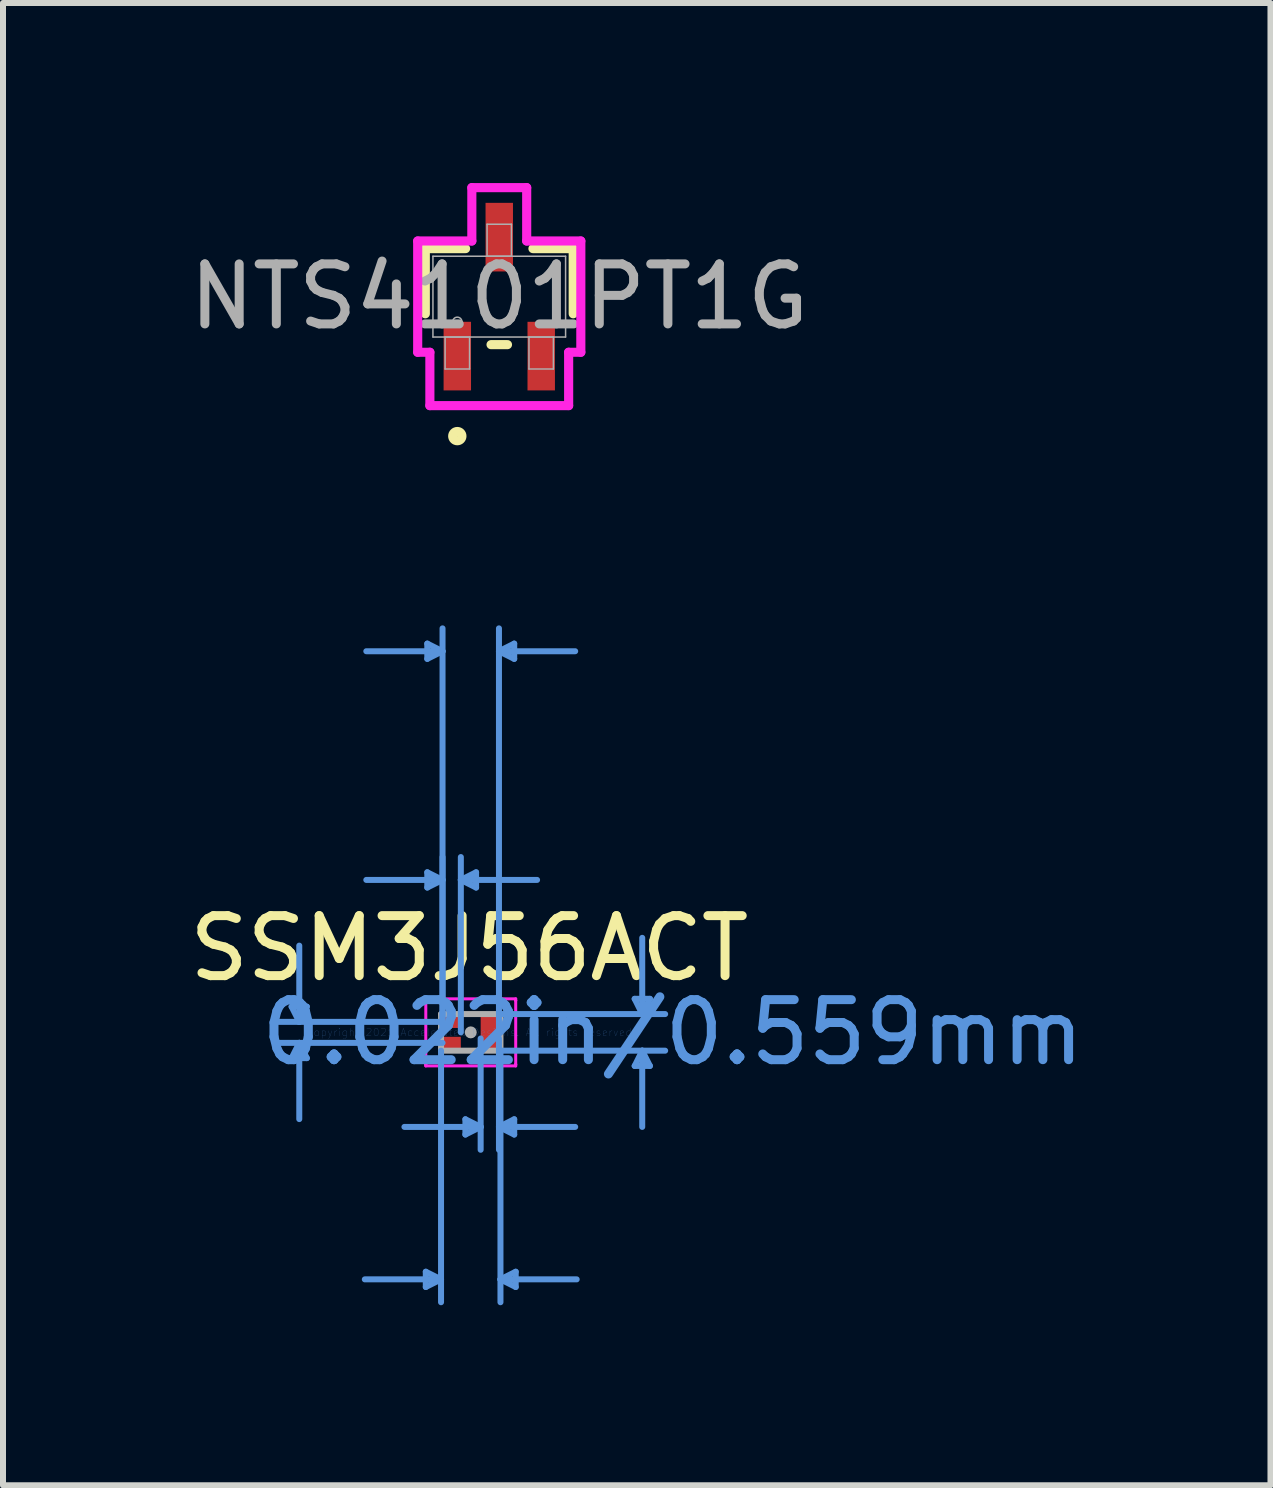
<source format=kicad_pcb>
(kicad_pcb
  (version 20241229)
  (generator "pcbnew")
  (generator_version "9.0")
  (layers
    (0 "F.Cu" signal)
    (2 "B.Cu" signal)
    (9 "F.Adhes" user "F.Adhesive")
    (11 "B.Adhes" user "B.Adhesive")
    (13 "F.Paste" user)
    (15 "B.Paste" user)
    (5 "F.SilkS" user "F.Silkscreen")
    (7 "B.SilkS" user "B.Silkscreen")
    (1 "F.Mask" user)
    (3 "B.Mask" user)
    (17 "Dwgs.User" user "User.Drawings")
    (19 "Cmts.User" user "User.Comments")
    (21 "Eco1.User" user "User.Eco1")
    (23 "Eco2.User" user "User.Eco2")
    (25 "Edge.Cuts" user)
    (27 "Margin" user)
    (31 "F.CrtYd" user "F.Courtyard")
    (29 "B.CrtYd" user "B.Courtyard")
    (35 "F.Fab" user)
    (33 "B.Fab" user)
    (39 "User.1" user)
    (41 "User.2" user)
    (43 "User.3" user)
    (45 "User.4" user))
  (footprint "SSM3J56ACT"
    (layer "F.Cu")
    (at 4.793 14.15)
    (property "Reference" "SSM3J56ACT" (at -0.025 -1.4 0) (layer "F.SilkS") (effects (font (size 1 1) (thickness 0.15))))
    (attr through_hole)
    (fp_line (start -2.985 -0.429) (end -2.731 -0.429) (stroke (width 0.1) (type solid)) (layer "Cmts.User"))
    (fp_line (start -2.985 0.429) (end -2.731 0.429) (stroke (width 0.1) (type solid)) (layer "Cmts.User"))
    (fp_line (start -2.857 -0.175) (end -2.985 -0.429) (stroke (width 0.1) (type solid)) (layer "Cmts.User"))
    (fp_line (start -2.857 -0.175) (end -2.857 -1.445) (stroke (width 0.1) (type solid)) (layer "Cmts.User"))
    (fp_line (start -2.857 -0.175) (end -2.731 -0.429) (stroke (width 0.1) (type solid)) (layer "Cmts.User"))
    (fp_line (start -2.857 0.175) (end -2.985 0.429) (stroke (width 0.1) (type solid)) (layer "Cmts.User"))
    (fp_line (start -2.857 0.175) (end -2.857 1.445) (stroke (width 0.1) (type solid)) (layer "Cmts.User"))
    (fp_line (start -2.857 0.175) (end -2.731 0.429) (stroke (width 0.1) (type solid)) (layer "Cmts.User"))
    (fp_line (start -0.749 3.988) (end -0.749 4.242) (stroke (width 0.1) (type solid)) (layer "Cmts.User"))
    (fp_line (start -0.724 -6.477) (end -0.724 -6.223) (stroke (width 0.1) (type solid)) (layer "Cmts.User"))
    (fp_line (start -0.724 -2.667) (end -0.724 -2.413) (stroke (width 0.1) (type solid)) (layer "Cmts.User"))
    (fp_line (start -0.495 0.305) (end -0.495 4.496) (stroke (width 0.1) (type solid)) (layer "Cmts.User"))
    (fp_line (start -0.495 4.115) (end -1.765 4.115) (stroke (width 0.1) (type solid)) (layer "Cmts.User"))
    (fp_line (start -0.495 4.115) (end -0.749 3.988) (stroke (width 0.1) (type solid)) (layer "Cmts.User"))
    (fp_line (start -0.495 4.115) (end -0.749 4.242) (stroke (width 0.1) (type solid)) (layer "Cmts.User"))
    (fp_line (start -0.47 -6.35) (end -1.74 -6.35) (stroke (width 0.1) (type solid)) (layer "Cmts.User"))
    (fp_line (start -0.47 -6.35) (end -0.724 -6.477) (stroke (width 0.1) (type solid)) (layer "Cmts.User"))
    (fp_line (start -0.47 -6.35) (end -0.724 -6.223) (stroke (width 0.1) (type solid)) (layer "Cmts.User"))
    (fp_line (start -0.47 -2.54) (end -1.74 -2.54) (stroke (width 0.1) (type solid)) (layer "Cmts.User"))
    (fp_line (start -0.47 -2.54) (end -0.724 -2.667) (stroke (width 0.1) (type solid)) (layer "Cmts.User"))
    (fp_line (start -0.47 -2.54) (end -0.724 -2.413) (stroke (width 0.1) (type solid)) (layer "Cmts.User"))
    (fp_line (start -0.47 -0.175) (end -3.239 -0.175) (stroke (width 0.1) (type solid)) (layer "Cmts.User"))
    (fp_line (start -0.47 0) (end -0.47 -6.731) (stroke (width 0.1) (type solid)) (layer "Cmts.User"))
    (fp_line (start -0.47 0) (end -0.47 -2.921) (stroke (width 0.1) (type solid)) (layer "Cmts.User"))
    (fp_line (start -0.47 0.175) (end -3.239 0.175) (stroke (width 0.1) (type solid)) (layer "Cmts.User"))
    (fp_line (start -0.165 -2.54) (end 0.089 -2.667) (stroke (width 0.1) (type solid)) (layer "Cmts.User"))
    (fp_line (start -0.165 -2.54) (end 0.089 -2.413) (stroke (width 0.1) (type solid)) (layer "Cmts.User"))
    (fp_line (start -0.165 -2.54) (end 1.105 -2.54) (stroke (width 0.1) (type solid)) (layer "Cmts.User"))
    (fp_line (start -0.165 0) (end -0.165 -2.921) (stroke (width 0.1) (type solid)) (layer "Cmts.User"))
    (fp_line (start -0.089 1.448) (end -0.089 1.702) (stroke (width 0.1) (type solid)) (layer "Cmts.User"))
    (fp_line (start 0.089 -2.667) (end 0.089 -2.413) (stroke (width 0.1) (type solid)) (layer "Cmts.User"))
    (fp_line (start 0.165 0.102) (end 0.165 1.956) (stroke (width 0.1) (type solid)) (layer "Cmts.User"))
    (fp_line (start 0.165 1.575) (end -1.105 1.575) (stroke (width 0.1) (type solid)) (layer "Cmts.User"))
    (fp_line (start 0.165 1.575) (end -0.089 1.448) (stroke (width 0.1) (type solid)) (layer "Cmts.User"))
    (fp_line (start 0.165 1.575) (end -0.089 1.702) (stroke (width 0.1) (type solid)) (layer "Cmts.User"))
    (fp_line (start 0.47 -6.35) (end 0.724 -6.477) (stroke (width 0.1) (type solid)) (layer "Cmts.User"))
    (fp_line (start 0.47 -6.35) (end 0.724 -6.223) (stroke (width 0.1) (type solid)) (layer "Cmts.User"))
    (fp_line (start 0.47 -6.35) (end 1.74 -6.35) (stroke (width 0.1) (type solid)) (layer "Cmts.User"))
    (fp_line (start 0.47 0) (end 0.47 -6.731) (stroke (width 0.1) (type solid)) (layer "Cmts.User"))
    (fp_line (start 0.47 0.102) (end 0.47 1.956) (stroke (width 0.1) (type solid)) (layer "Cmts.User"))
    (fp_line (start 0.47 1.575) (end 0.724 1.448) (stroke (width 0.1) (type solid)) (layer "Cmts.User"))
    (fp_line (start 0.47 1.575) (end 0.724 1.702) (stroke (width 0.1) (type solid)) (layer "Cmts.User"))
    (fp_line (start 0.47 1.575) (end 1.74 1.575) (stroke (width 0.1) (type solid)) (layer "Cmts.User"))
    (fp_line (start 0.495 -0.305) (end 3.239 -0.305) (stroke (width 0.1) (type solid)) (layer "Cmts.User"))
    (fp_line (start 0.495 0.305) (end 0.495 4.496) (stroke (width 0.1) (type solid)) (layer "Cmts.User"))
    (fp_line (start 0.495 0.305) (end 3.239 0.305) (stroke (width 0.1) (type solid)) (layer "Cmts.User"))
    (fp_line (start 0.495 4.115) (end 0.749 3.988) (stroke (width 0.1) (type solid)) (layer "Cmts.User"))
    (fp_line (start 0.495 4.115) (end 0.749 4.242) (stroke (width 0.1) (type solid)) (layer "Cmts.User"))
    (fp_line (start 0.495 4.115) (end 1.765 4.115) (stroke (width 0.1) (type solid)) (layer "Cmts.User"))
    (fp_line (start 0.724 -6.477) (end 0.724 -6.223) (stroke (width 0.1) (type solid)) (layer "Cmts.User"))
    (fp_line (start 0.724 1.448) (end 0.724 1.702) (stroke (width 0.1) (type solid)) (layer "Cmts.User"))
    (fp_line (start 0.749 3.988) (end 0.749 4.242) (stroke (width 0.1) (type solid)) (layer "Cmts.User"))
    (fp_line (start 2.731 -0.559) (end 2.985 -0.559) (stroke (width 0.1) (type solid)) (layer "Cmts.User"))
    (fp_line (start 2.731 0.559) (end 2.985 0.559) (stroke (width 0.1) (type solid)) (layer "Cmts.User"))
    (fp_line (start 2.857 -0.305) (end 2.731 -0.559) (stroke (width 0.1) (type solid)) (layer "Cmts.User"))
    (fp_line (start 2.857 -0.305) (end 2.857 -1.575) (stroke (width 0.1) (type solid)) (layer "Cmts.User"))
    (fp_line (start 2.857 -0.305) (end 2.985 -0.559) (stroke (width 0.1) (type solid)) (layer "Cmts.User"))
    (fp_line (start 2.857 0.305) (end 2.731 0.559) (stroke (width 0.1) (type solid)) (layer "Cmts.User"))
    (fp_line (start 2.857 0.305) (end 2.857 1.575) (stroke (width 0.1) (type solid)) (layer "Cmts.User"))
    (fp_line (start 2.857 0.305) (end 2.985 0.559) (stroke (width 0.1) (type solid)) (layer "Cmts.User"))
    (fp_line (start -0.749 -0.559) (end 0.749 -0.559) (stroke (width 0.05) (type solid)) (layer "F.CrtYd"))
    (fp_line (start -0.749 -0.533) (end -0.749 -0.559) (stroke (width 0.05) (type solid)) (layer "F.CrtYd"))
    (fp_line (start -0.749 -0.533) (end -0.749 -0.533) (stroke (width 0.05) (type solid)) (layer "F.CrtYd"))
    (fp_line (start -0.749 -0.533) (end -0.749 -0.533) (stroke (width 0.05) (type solid)) (layer "F.CrtYd"))
    (fp_line (start -0.749 0.533) (end -0.749 -0.533) (stroke (width 0.05) (type solid)) (layer "F.CrtYd"))
    (fp_line (start -0.749 0.533) (end -0.749 0.533) (stroke (width 0.05) (type solid)) (layer "F.CrtYd"))
    (fp_line (start -0.749 0.559) (end -0.749 0.533) (stroke (width 0.05) (type solid)) (layer "F.CrtYd"))
    (fp_line (start 0.749 -0.559) (end 0.749 -0.533) (stroke (width 0.05) (type solid)) (layer "F.CrtYd"))
    (fp_line (start 0.749 -0.533) (end 0.749 -0.533) (stroke (width 0.05) (type solid)) (layer "F.CrtYd"))
    (fp_line (start 0.749 -0.533) (end 0.749 0.533) (stroke (width 0.05) (type solid)) (layer "F.CrtYd"))
    (fp_line (start 0.749 0.533) (end 0.749 0.533) (stroke (width 0.05) (type solid)) (layer "F.CrtYd"))
    (fp_line (start 0.749 0.533) (end 0.749 0.559) (stroke (width 0.05) (type solid)) (layer "F.CrtYd"))
    (fp_line (start 0.749 0.559) (end -0.749 0.559) (stroke (width 0.05) (type solid)) (layer "F.CrtYd"))
    (fp_line (start -0.495 -0.305) (end -0.495 0.305) (stroke (width 0.1) (type solid)) (layer "F.Fab"))
    (fp_line (start -0.495 0.305) (end 0.495 0.305) (stroke (width 0.1) (type solid)) (layer "F.Fab"))
    (fp_line (start 0.495 -0.305) (end -0.495 -0.305) (stroke (width 0.1) (type solid)) (layer "F.Fab"))
    (fp_line (start 0.495 0.305) (end 0.495 -0.305) (stroke (width 0.1) (type solid)) (layer "F.Fab"))
    (fp_circle (center 0 0) (end 0 0) (stroke (width 0.1) (type solid)) (fill no) (layer "F.Fab"))
    (fp_text user "Copyright 2021 Accelerated Designs. All rights reserved." (at 0 0 0) (layer "Cmts.User") (effects (font (size 0.127 0.127) (thickness 0.002))))
    (fp_text user "0.022in/0.559mm" (at 3.365 0 0) (layer "Cmts.User") (effects (font (size 1 1) (thickness 0.15))))
    (pad "1" smd rect (at -0.318 -0.175) (size 0.305 0.203) (layers "F.Cu" "F.Mask" "F.Paste"))
    (pad "2" smd rect (at -0.318 0.175) (size 0.305 0.203) (layers "F.Cu" "F.Mask" "F.Paste"))
    (pad "3" smd rect (at 0.318 0) (size 0.305 0.559) (layers "F.Cu" "F.Mask" "F.Paste")))
  (footprint "NTS4101PT1G"
    (layer "F.Cu")
    (at 5.268 1.892)
    (property "Reference" "NTS4101PT1G" (at 0 0 0) (unlocked yes) (layer "Eco2.User") (effects (font (size 1 1) (thickness 0.15))))
    (attr smd)
    (fp_line (start -1.232 -0.8) (end -1.232 0.286) (stroke (width 0.152) (type solid)) (layer "F.SilkS"))
    (fp_line (start -0.561 -0.8) (end -1.232 -0.8) (stroke (width 0.152) (type solid)) (layer "F.SilkS"))
    (fp_line (start -0.137 0.8) (end 0.137 0.8) (stroke (width 0.152) (type solid)) (layer "F.SilkS"))
    (fp_line (start 1.232 -0.8) (end 0.561 -0.8) (stroke (width 0.152) (type solid)) (layer "F.SilkS"))
    (fp_line (start 1.232 0.286) (end 1.232 -0.8) (stroke (width 0.152) (type solid)) (layer "F.SilkS"))
    (fp_circle (center -0.699 2.324) (end -0.622 2.324) (stroke (width 0.152) (type solid)) (fill no) (layer "F.SilkS"))
    (fp_line (start -1.359 -0.927) (end -0.457 -0.927) (stroke (width 0.152) (type solid)) (layer "F.CrtYd"))
    (fp_line (start -1.359 0.927) (end -1.359 -0.927) (stroke (width 0.152) (type solid)) (layer "F.CrtYd"))
    (fp_line (start -1.359 0.927) (end -1.156 0.927) (stroke (width 0.152) (type solid)) (layer "F.CrtYd"))
    (fp_line (start -1.156 0.927) (end -1.156 1.816) (stroke (width 0.152) (type solid)) (layer "F.CrtYd"))
    (fp_line (start -1.156 1.816) (end 1.156 1.816) (stroke (width 0.152) (type solid)) (layer "F.CrtYd"))
    (fp_line (start -0.457 -1.816) (end 0.457 -1.816) (stroke (width 0.152) (type solid)) (layer "F.CrtYd"))
    (fp_line (start -0.457 -0.927) (end -0.457 -1.816) (stroke (width 0.152) (type solid)) (layer "F.CrtYd"))
    (fp_line (start 0.457 -0.927) (end 0.457 -1.816) (stroke (width 0.152) (type solid)) (layer "F.CrtYd"))
    (fp_line (start 1.156 0.927) (end 1.156 1.816) (stroke (width 0.152) (type solid)) (layer "F.CrtYd"))
    (fp_line (start 1.359 -0.927) (end 0.457 -0.927) (stroke (width 0.152) (type solid)) (layer "F.CrtYd"))
    (fp_line (start 1.359 -0.927) (end 1.359 0.927) (stroke (width 0.152) (type solid)) (layer "F.CrtYd"))
    (fp_line (start 1.359 0.927) (end 1.156 0.927) (stroke (width 0.152) (type solid)) (layer "F.CrtYd"))
    (fp_line (start -1.105 -0.673) (end -1.105 0.673) (stroke (width 0.025) (type solid)) (layer "F.Fab"))
    (fp_line (start -1.105 0.673) (end 1.105 0.673) (stroke (width 0.025) (type solid)) (layer "F.Fab"))
    (fp_line (start -0.902 0.673) (end -0.902 1.206) (stroke (width 0.025) (type solid)) (layer "F.Fab"))
    (fp_line (start -0.902 1.206) (end -0.495 1.206) (stroke (width 0.025) (type solid)) (layer "F.Fab"))
    (fp_line (start -0.495 0.673) (end -0.902 0.673) (stroke (width 0.025) (type solid)) (layer "F.Fab"))
    (fp_line (start -0.495 1.206) (end -0.495 0.673) (stroke (width 0.025) (type solid)) (layer "F.Fab"))
    (fp_line (start -0.203 -1.206) (end -0.203 -0.673) (stroke (width 0.025) (type solid)) (layer "F.Fab"))
    (fp_line (start -0.203 -0.673) (end 0.203 -0.673) (stroke (width 0.025) (type solid)) (layer "F.Fab"))
    (fp_line (start 0.203 -1.206) (end -0.203 -1.206) (stroke (width 0.025) (type solid)) (layer "F.Fab"))
    (fp_line (start 0.203 -0.673) (end 0.203 -1.206) (stroke (width 0.025) (type solid)) (layer "F.Fab"))
    (fp_line (start 0.495 0.673) (end 0.495 1.206) (stroke (width 0.025) (type solid)) (layer "F.Fab"))
    (fp_line (start 0.495 1.206) (end 0.902 1.206) (stroke (width 0.025) (type solid)) (layer "F.Fab"))
    (fp_line (start 0.902 0.673) (end 0.495 0.673) (stroke (width 0.025) (type solid)) (layer "F.Fab"))
    (fp_line (start 0.902 1.206) (end 0.902 0.673) (stroke (width 0.025) (type solid)) (layer "F.Fab"))
    (fp_line (start 1.105 -0.673) (end -1.105 -0.673) (stroke (width 0.025) (type solid)) (layer "F.Fab"))
    (fp_line (start 1.105 0.673) (end 1.105 -0.673) (stroke (width 0.025) (type solid)) (layer "F.Fab"))
    (fp_circle (center -0.699 0.419) (end -0.622 0.419) (stroke (width 0.025) (type solid)) (fill no) (layer "F.Fab"))
    (fp_text user "${REFERENCE}" (at 0 0 0) (unlocked yes) (layer "F.Fab") (effects (font (size 1 1) (thickness 0.15))))
    (pad "1" smd rect (at -0.699 0.991) (size 0.457 1.143) (layers "F.Cu" "F.Mask" "F.Paste"))
    (pad "2" smd rect (at 0.699 0.991) (size 0.457 1.143) (layers "F.Cu" "F.Mask" "F.Paste"))
    (pad "3" smd rect (at 0 -0.991) (size 0.457 1.143) (layers "F.Cu" "F.Mask" "F.Paste")))
  (gr_rect
    (start -3 -3)
    (end 18.117 21.696)
    (stroke (width 0.1) (type default))
    (fill no)
    (layer "Edge.Cuts")))
</source>
